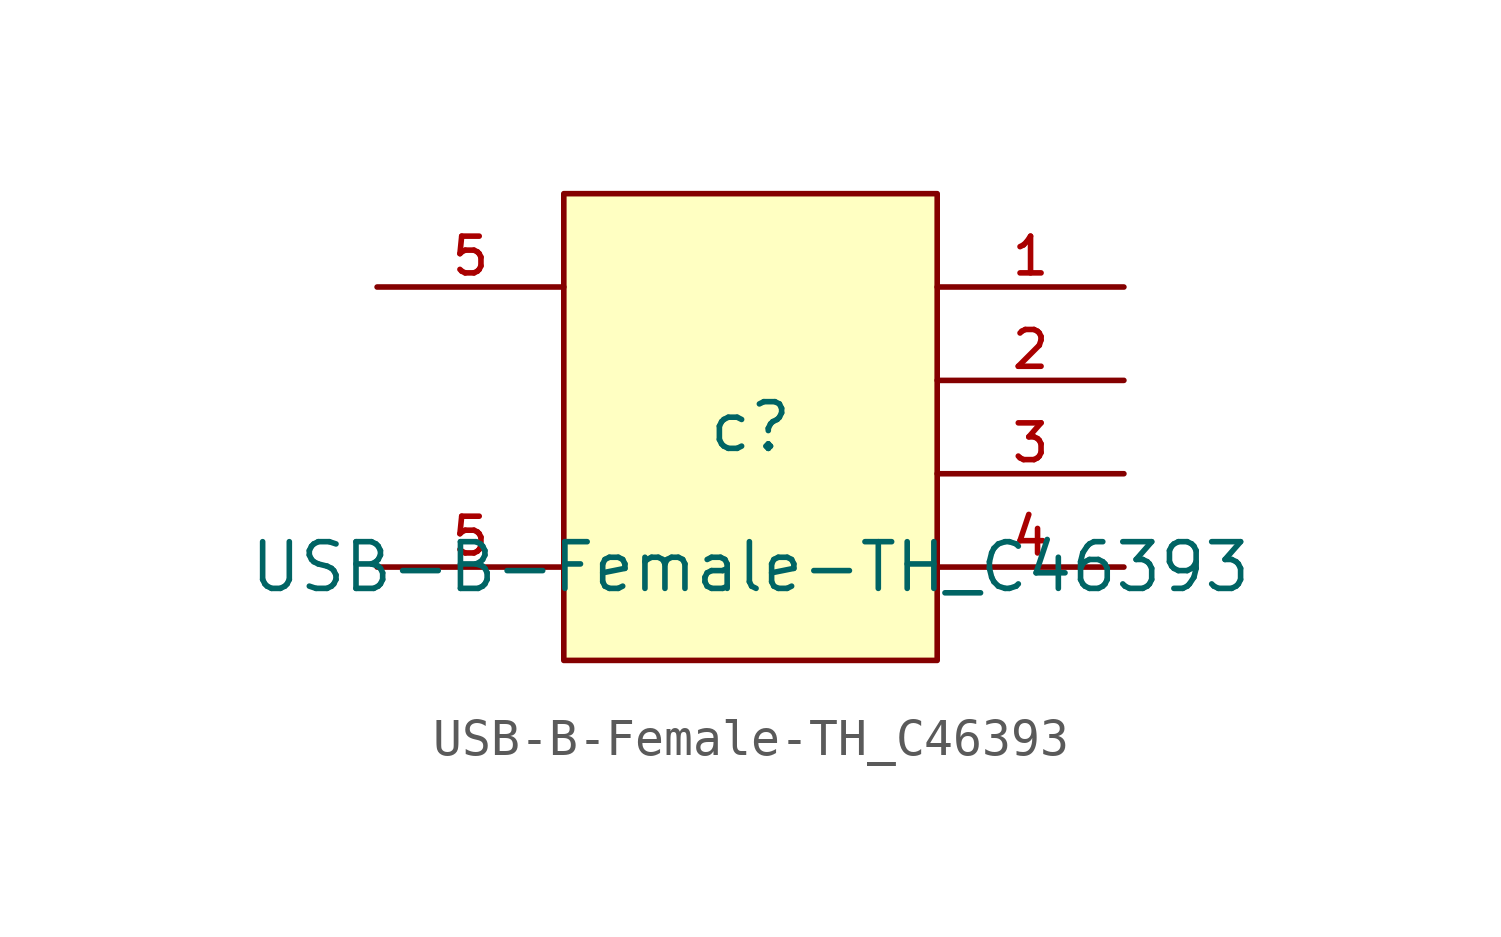
<source format=kicad_sym>
(kicad_symbol_lib
  (version 20210201)
  (generator TousstNicolas/JLC2KiCad_lib)
  (symbol "USB-B-Female-TH_C46393"
    (pin_names hide)
    (property "Reference" "c"
      (at 0 1.27 0)
      (effects (font (size 1.27 1.27))))
    (property "Value" "USB-B-Female-TH_C46393"
      (at 0 -2.54 0)
      (effects (font (size 1.27 1.27))))
    (symbol "USB-B-Female-TH_C46393_0_1"
      (pin unspecified line (at -10.16 5.08 0) (length 5.08) (name "EH" (effects (font (size 1 1)))) (number "5" (effects (font (size 1 1)))))
      (pin unspecified line (at -10.16 -2.54 0) (length 5.08) (name "EH" (effects (font (size 1 1)))) (number "5" (effects (font (size 1 1)))))
      (rectangle (start -5.08 7.62) (end 5.08 -5.08) (stroke (width 0) (type default) (color 0 0 0 0)) (fill (type background)))
      (pin input line (at 10.16 5.08 180) (length 5.08) (name "VCC" (effects (font (size 1 1)))) (number "1" (effects (font (size 1 1)))))
      (pin input line (at 10.16 2.54 180) (length 5.08) (name "D-" (effects (font (size 1 1)))) (number "2" (effects (font (size 1 1)))))
      (pin input line (at 10.16 -0.0 180) (length 5.08) (name "D+" (effects (font (size 1 1)))) (number "3" (effects (font (size 1 1)))))
      (pin input line (at 10.16 -2.54 180) (length 5.08) (name "GND" (effects (font (size 1 1)))) (number "4" (effects (font (size 1 1))))))))
</source>
